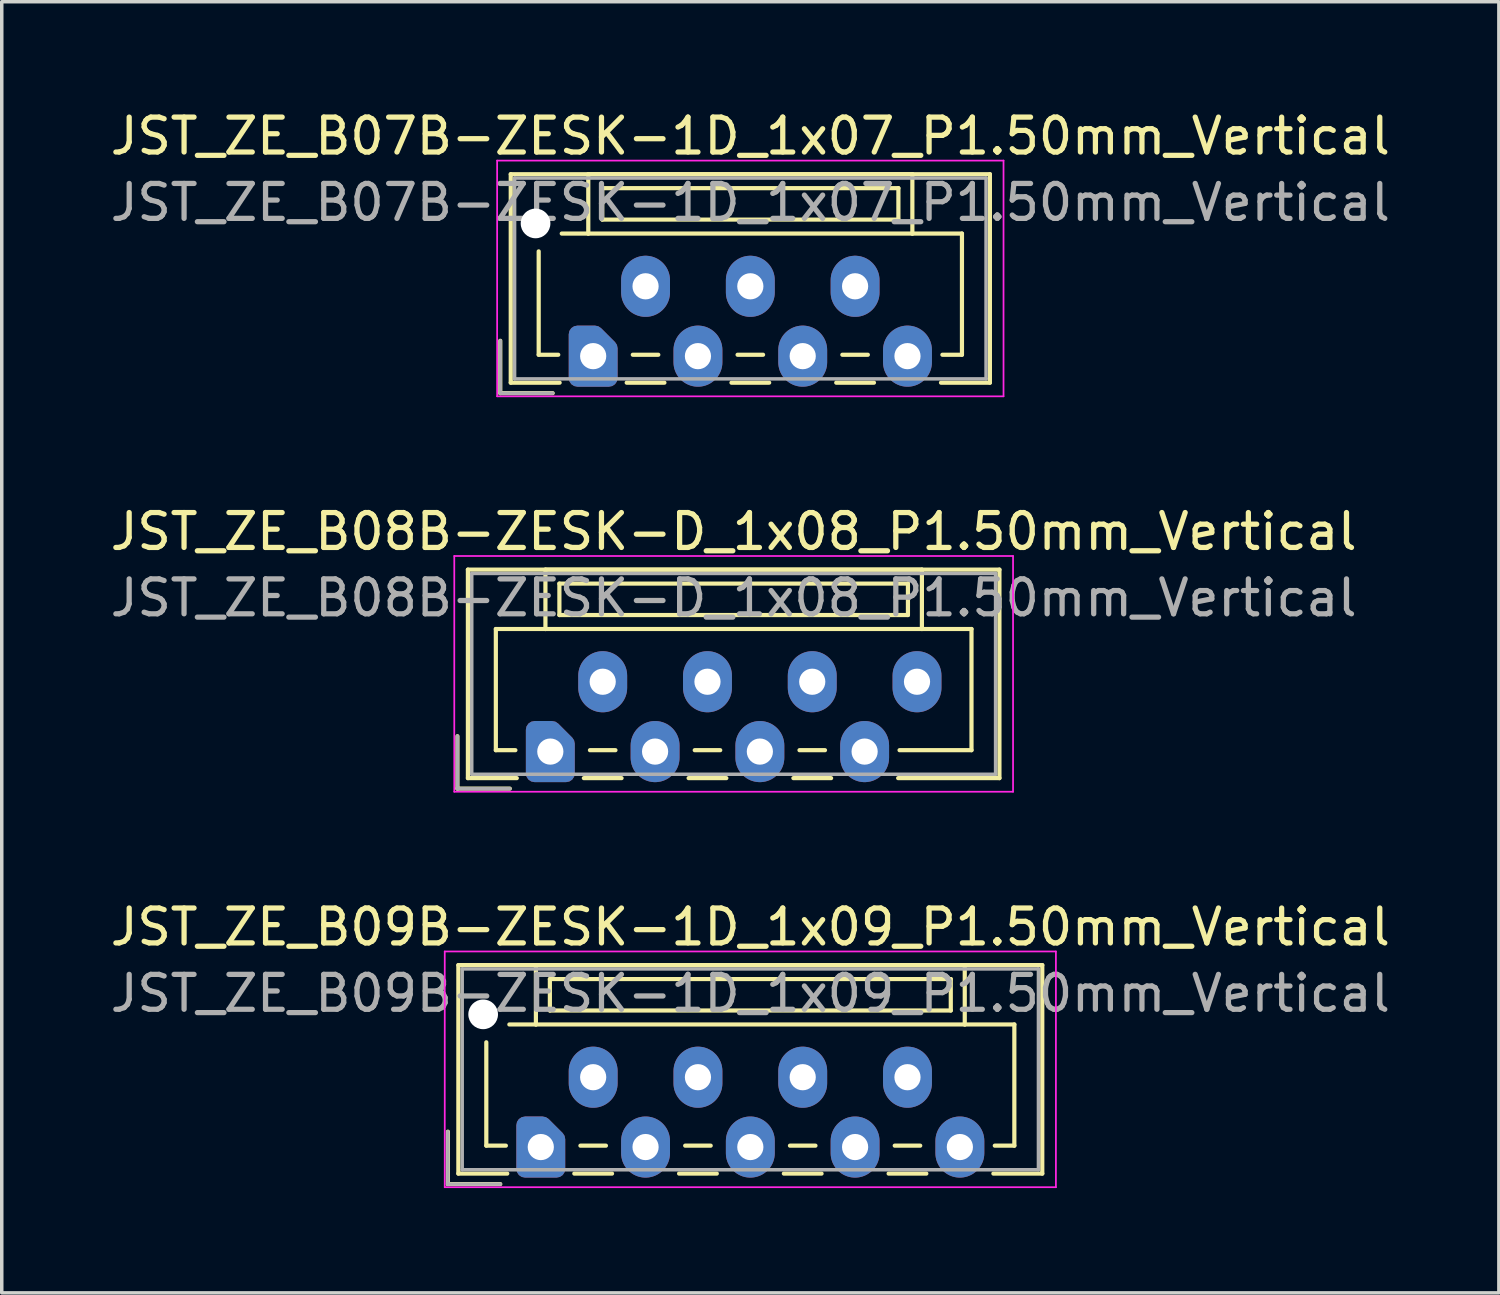
<source format=kicad_pcb>
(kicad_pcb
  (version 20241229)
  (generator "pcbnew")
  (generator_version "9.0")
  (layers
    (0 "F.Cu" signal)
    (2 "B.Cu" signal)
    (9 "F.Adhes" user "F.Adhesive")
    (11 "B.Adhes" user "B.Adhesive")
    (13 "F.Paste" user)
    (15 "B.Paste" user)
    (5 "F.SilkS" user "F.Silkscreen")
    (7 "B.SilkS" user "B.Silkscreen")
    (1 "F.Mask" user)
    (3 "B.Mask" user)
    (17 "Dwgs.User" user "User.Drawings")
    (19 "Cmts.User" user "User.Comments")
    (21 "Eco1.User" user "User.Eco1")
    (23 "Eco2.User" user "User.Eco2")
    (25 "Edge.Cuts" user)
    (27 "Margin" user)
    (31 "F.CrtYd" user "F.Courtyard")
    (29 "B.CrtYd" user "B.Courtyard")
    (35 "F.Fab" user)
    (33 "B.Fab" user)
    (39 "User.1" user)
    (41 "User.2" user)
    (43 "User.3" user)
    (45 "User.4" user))
  (footprint "JST_ZE_B07B-ZESK-1D_1x07_P1.50mm_Vertical"
    (layer "F.Cu")
    (at 13.935 7.148)
    (property "Reference" "JST_ZE_B07B-ZESK-1D_1x07_P1.50mm_Vertical" (at 4.5 -6.3 0) (layer "F.SilkS") (effects (font (size 1 1) (thickness 0.15))))
    (attr through_hole)
    (fp_line (start -2.66 -0.44) (end -2.66 1.06) (stroke (width 0.12) (type solid)) (layer "F.SilkS"))
    (fp_line (start -2.66 1.06) (end -1.16 1.06) (stroke (width 0.12) (type solid)) (layer "F.SilkS"))
    (fp_line (start -2.36 -5.21) (end 11.36 -5.21) (stroke (width 0.12) (type solid)) (layer "F.SilkS"))
    (fp_line (start -2.36 0.76) (end -2.36 -5.21) (stroke (width 0.12) (type solid)) (layer "F.SilkS"))
    (fp_line (start -1.56 -3) (end -1.56 -0.04) (stroke (width 0.12) (type solid)) (layer "F.SilkS"))
    (fp_line (start -1.56 -0.04) (end -1 -0.04) (stroke (width 0.12) (type solid)) (layer "F.SilkS"))
    (fp_line (start -0.96 0.76) (end -2.36 0.76) (stroke (width 0.12) (type solid)) (layer "F.SilkS"))
    (fp_line (start -0.14 -5.21) (end -0.14 -3.51) (stroke (width 0.12) (type solid)) (layer "F.SilkS"))
    (fp_line (start -0.14 -3.51) (end -0.9 -3.51) (stroke (width 0.12) (type solid)) (layer "F.SilkS"))
    (fp_line (start -0.14 -3.51) (end 9.14 -3.51) (stroke (width 0.12) (type solid)) (layer "F.SilkS"))
    (fp_line (start 0.26 -4.81) (end 0.26 -3.91) (stroke (width 0.12) (type solid)) (layer "F.SilkS"))
    (fp_line (start 0.26 -3.91) (end 8.74 -3.91) (stroke (width 0.12) (type solid)) (layer "F.SilkS"))
    (fp_line (start 0.96 0.76) (end 2.04 0.76) (stroke (width 0.12) (type solid)) (layer "F.SilkS"))
    (fp_line (start 1.135 -0.04) (end 1.865 -0.04) (stroke (width 0.12) (type solid)) (layer "F.SilkS"))
    (fp_line (start 3.96 0.76) (end 5.04 0.76) (stroke (width 0.12) (type solid)) (layer "F.SilkS"))
    (fp_line (start 4.135 -0.04) (end 4.865 -0.04) (stroke (width 0.12) (type solid)) (layer "F.SilkS"))
    (fp_line (start 6.96 0.76) (end 8.04 0.76) (stroke (width 0.12) (type solid)) (layer "F.SilkS"))
    (fp_line (start 7.135 -0.04) (end 7.865 -0.04) (stroke (width 0.12) (type solid)) (layer "F.SilkS"))
    (fp_line (start 8.74 -4.81) (end 0.26 -4.81) (stroke (width 0.12) (type solid)) (layer "F.SilkS"))
    (fp_line (start 8.74 -3.91) (end 8.74 -4.81) (stroke (width 0.12) (type solid)) (layer "F.SilkS"))
    (fp_line (start 9.14 -5.21) (end -0.14 -5.21) (stroke (width 0.12) (type solid)) (layer "F.SilkS"))
    (fp_line (start 9.14 -3.51) (end 9.14 -5.21) (stroke (width 0.12) (type solid)) (layer "F.SilkS"))
    (fp_line (start 9.14 -3.51) (end 10.56 -3.51) (stroke (width 0.12) (type solid)) (layer "F.SilkS"))
    (fp_line (start 10.56 -3.51) (end 10.56 -0.04) (stroke (width 0.12) (type solid)) (layer "F.SilkS"))
    (fp_line (start 10.56 -0.04) (end 10 -0.04) (stroke (width 0.12) (type solid)) (layer "F.SilkS"))
    (fp_line (start 11.36 -5.21) (end 11.36 0.76) (stroke (width 0.12) (type solid)) (layer "F.SilkS"))
    (fp_line (start 11.36 0.76) (end 9.96 0.76) (stroke (width 0.12) (type solid)) (layer "F.SilkS"))
    (fp_line (start -2.75 -5.6) (end -2.75 1.15) (stroke (width 0.05) (type solid)) (layer "F.CrtYd"))
    (fp_line (start -2.75 1.15) (end 11.75 1.15) (stroke (width 0.05) (type solid)) (layer "F.CrtYd"))
    (fp_line (start 11.75 -5.6) (end -2.75 -5.6) (stroke (width 0.05) (type solid)) (layer "F.CrtYd"))
    (fp_line (start 11.75 1.15) (end 11.75 -5.6) (stroke (width 0.05) (type solid)) (layer "F.CrtYd"))
    (fp_line (start -2.66 -0.44) (end -2.66 1.06) (stroke (width 0.1) (type solid)) (layer "F.Fab"))
    (fp_line (start -2.66 1.06) (end -1.16 1.06) (stroke (width 0.1) (type solid)) (layer "F.Fab"))
    (fp_line (start -2.25 -5.1) (end -2.25 0.65) (stroke (width 0.1) (type solid)) (layer "F.Fab"))
    (fp_line (start -2.25 0.65) (end 11.25 0.65) (stroke (width 0.1) (type solid)) (layer "F.Fab"))
    (fp_line (start 11.25 -5.1) (end -2.25 -5.1) (stroke (width 0.1) (type solid)) (layer "F.Fab"))
    (fp_line (start 11.25 0.65) (end 11.25 -5.1) (stroke (width 0.1) (type solid)) (layer "F.Fab"))
    (fp_text user "${REFERENCE}" (at 4.5 -4.4 0) (layer "F.Fab") (effects (font (size 1 1) (thickness 0.15))))
    (pad "" np_thru_hole circle (at -1.65 -3.8) (size 0.85 0.85) (drill 0.85) (layers "*.Cu" "*.Mask"))
    (pad "1" thru_hole custom (at 0 0) (size 1.117 1.117) (drill 0.75) (layers "*.Cu" "*.Mask") (options (anchor circle)) (primitives (gr_poly (pts (xy -0.45 -0.625) (xy 0.05 -0.625) (xy 0.45 -0.225) (xy 0.45 0.625) (xy -0.45 0.625)) (width 0.5) (fill yes))))
    (pad "2" thru_hole oval (at 1.5 -2) (size 1.4 1.75) (drill 0.75) (layers "*.Cu" "*.Mask"))
    (pad "3" thru_hole oval (at 3 0) (size 1.4 1.75) (drill 0.75) (layers "*.Cu" "*.Mask"))
    (pad "4" thru_hole oval (at 4.5 -2) (size 1.4 1.75) (drill 0.75) (layers "*.Cu" "*.Mask"))
    (pad "5" thru_hole oval (at 6 0) (size 1.4 1.75) (drill 0.75) (layers "*.Cu" "*.Mask"))
    (pad "6" thru_hole oval (at 7.5 -2) (size 1.4 1.75) (drill 0.75) (layers "*.Cu" "*.Mask"))
    (pad "7" thru_hole oval (at 9 0) (size 1.4 1.75) (drill 0.75) (layers "*.Cu" "*.Mask")))
  (footprint "JST_ZE_B08B-ZESK-D_1x08_P1.50mm_Vertical"
    (layer "F.Cu")
    (at 12.708 18.471)
    (property "Reference" "JST_ZE_B08B-ZESK-D_1x08_P1.50mm_Vertical" (at 5.25 -6.3 0) (layer "F.SilkS") (effects (font (size 1 1) (thickness 0.15))))
    (attr through_hole)
    (fp_line (start -2.66 -0.44) (end -2.66 1.06) (stroke (width 0.12) (type solid)) (layer "F.SilkS"))
    (fp_line (start -2.66 1.06) (end -1.16 1.06) (stroke (width 0.12) (type solid)) (layer "F.SilkS"))
    (fp_line (start -2.36 -5.21) (end 12.86 -5.21) (stroke (width 0.12) (type solid)) (layer "F.SilkS"))
    (fp_line (start -2.36 0.76) (end -2.36 -5.21) (stroke (width 0.12) (type solid)) (layer "F.SilkS"))
    (fp_line (start -1.56 -3.51) (end -1.56 -0.04) (stroke (width 0.12) (type solid)) (layer "F.SilkS"))
    (fp_line (start -1.56 -0.04) (end -1 -0.04) (stroke (width 0.12) (type solid)) (layer "F.SilkS"))
    (fp_line (start -0.96 0.76) (end -2.36 0.76) (stroke (width 0.12) (type solid)) (layer "F.SilkS"))
    (fp_line (start -0.14 -5.21) (end -0.14 -3.51) (stroke (width 0.12) (type solid)) (layer "F.SilkS"))
    (fp_line (start -0.14 -3.51) (end -1.56 -3.51) (stroke (width 0.12) (type solid)) (layer "F.SilkS"))
    (fp_line (start -0.14 -3.51) (end 10.64 -3.51) (stroke (width 0.12) (type solid)) (layer "F.SilkS"))
    (fp_line (start 0.26 -4.81) (end 0.26 -3.91) (stroke (width 0.12) (type solid)) (layer "F.SilkS"))
    (fp_line (start 0.26 -3.91) (end 10.24 -3.91) (stroke (width 0.12) (type solid)) (layer "F.SilkS"))
    (fp_line (start 0.96 0.76) (end 2.04 0.76) (stroke (width 0.12) (type solid)) (layer "F.SilkS"))
    (fp_line (start 1.135 -0.04) (end 1.865 -0.04) (stroke (width 0.12) (type solid)) (layer "F.SilkS"))
    (fp_line (start 3.96 0.76) (end 5.04 0.76) (stroke (width 0.12) (type solid)) (layer "F.SilkS"))
    (fp_line (start 4.135 -0.04) (end 4.865 -0.04) (stroke (width 0.12) (type solid)) (layer "F.SilkS"))
    (fp_line (start 6.96 0.76) (end 8.04 0.76) (stroke (width 0.12) (type solid)) (layer "F.SilkS"))
    (fp_line (start 7.135 -0.04) (end 7.865 -0.04) (stroke (width 0.12) (type solid)) (layer "F.SilkS"))
    (fp_line (start 10.24 -4.81) (end 0.26 -4.81) (stroke (width 0.12) (type solid)) (layer "F.SilkS"))
    (fp_line (start 10.24 -3.91) (end 10.24 -4.81) (stroke (width 0.12) (type solid)) (layer "F.SilkS"))
    (fp_line (start 10.64 -5.21) (end -0.14 -5.21) (stroke (width 0.12) (type solid)) (layer "F.SilkS"))
    (fp_line (start 10.64 -3.51) (end 10.64 -5.21) (stroke (width 0.12) (type solid)) (layer "F.SilkS"))
    (fp_line (start 10.64 -3.51) (end 12.06 -3.51) (stroke (width 0.12) (type solid)) (layer "F.SilkS"))
    (fp_line (start 12.06 -3.51) (end 12.06 -0.04) (stroke (width 0.12) (type solid)) (layer "F.SilkS"))
    (fp_line (start 12.06 -0.04) (end 10 -0.04) (stroke (width 0.12) (type solid)) (layer "F.SilkS"))
    (fp_line (start 12.86 -5.21) (end 12.86 0.76) (stroke (width 0.12) (type solid)) (layer "F.SilkS"))
    (fp_line (start 12.86 0.76) (end 9.96 0.76) (stroke (width 0.12) (type solid)) (layer "F.SilkS"))
    (fp_line (start -2.75 -5.6) (end -2.75 1.15) (stroke (width 0.05) (type solid)) (layer "F.CrtYd"))
    (fp_line (start -2.75 1.15) (end 13.25 1.15) (stroke (width 0.05) (type solid)) (layer "F.CrtYd"))
    (fp_line (start 13.25 -5.6) (end -2.75 -5.6) (stroke (width 0.05) (type solid)) (layer "F.CrtYd"))
    (fp_line (start 13.25 1.15) (end 13.25 -5.6) (stroke (width 0.05) (type solid)) (layer "F.CrtYd"))
    (fp_line (start -2.66 -0.44) (end -2.66 1.06) (stroke (width 0.1) (type solid)) (layer "F.Fab"))
    (fp_line (start -2.66 1.06) (end -1.16 1.06) (stroke (width 0.1) (type solid)) (layer "F.Fab"))
    (fp_line (start -2.25 -5.1) (end -2.25 0.65) (stroke (width 0.1) (type solid)) (layer "F.Fab"))
    (fp_line (start -2.25 0.65) (end 12.75 0.65) (stroke (width 0.1) (type solid)) (layer "F.Fab"))
    (fp_line (start 12.75 -5.1) (end -2.25 -5.1) (stroke (width 0.1) (type solid)) (layer "F.Fab"))
    (fp_line (start 12.75 0.65) (end 12.75 -5.1) (stroke (width 0.1) (type solid)) (layer "F.Fab"))
    (fp_text user "${REFERENCE}" (at 5.25 -4.4 0) (layer "F.Fab") (effects (font (size 1 1) (thickness 0.15))))
    (pad "1" thru_hole custom (at 0 0) (size 1.117 1.117) (drill 0.75) (layers "*.Cu" "*.Mask") (options (anchor circle)) (primitives (gr_poly (pts (xy -0.45 -0.625) (xy 0.05 -0.625) (xy 0.45 -0.225) (xy 0.45 0.625) (xy -0.45 0.625)) (width 0.5) (fill yes))))
    (pad "2" thru_hole oval (at 1.5 -2) (size 1.4 1.75) (drill 0.75) (layers "*.Cu" "*.Mask"))
    (pad "3" thru_hole oval (at 3 0) (size 1.4 1.75) (drill 0.75) (layers "*.Cu" "*.Mask"))
    (pad "4" thru_hole oval (at 4.5 -2) (size 1.4 1.75) (drill 0.75) (layers "*.Cu" "*.Mask"))
    (pad "5" thru_hole oval (at 6 0) (size 1.4 1.75) (drill 0.75) (layers "*.Cu" "*.Mask"))
    (pad "6" thru_hole oval (at 7.5 -2) (size 1.4 1.75) (drill 0.75) (layers "*.Cu" "*.Mask"))
    (pad "7" thru_hole oval (at 9 0) (size 1.4 1.75) (drill 0.75) (layers "*.Cu" "*.Mask"))
    (pad "8" thru_hole oval (at 10.5 -2) (size 1.4 1.75) (drill 0.75) (layers "*.Cu" "*.Mask")))
  (footprint "JST_ZE_B09B-ZESK-1D_1x09_P1.50mm_Vertical"
    (layer "F.Cu")
    (at 12.435 29.795)
    (property "Reference" "JST_ZE_B09B-ZESK-1D_1x09_P1.50mm_Vertical" (at 6 -6.3 0) (layer "F.SilkS") (effects (font (size 1 1) (thickness 0.15))))
    (attr through_hole)
    (fp_line (start -2.66 -0.44) (end -2.66 1.06) (stroke (width 0.12) (type solid)) (layer "F.SilkS"))
    (fp_line (start -2.66 1.06) (end -1.16 1.06) (stroke (width 0.12) (type solid)) (layer "F.SilkS"))
    (fp_line (start -2.36 -5.21) (end 14.36 -5.21) (stroke (width 0.12) (type solid)) (layer "F.SilkS"))
    (fp_line (start -2.36 0.76) (end -2.36 -5.21) (stroke (width 0.12) (type solid)) (layer "F.SilkS"))
    (fp_line (start -1.56 -3) (end -1.56 -0.04) (stroke (width 0.12) (type solid)) (layer "F.SilkS"))
    (fp_line (start -1.56 -0.04) (end -1 -0.04) (stroke (width 0.12) (type solid)) (layer "F.SilkS"))
    (fp_line (start -0.96 0.76) (end -2.36 0.76) (stroke (width 0.12) (type solid)) (layer "F.SilkS"))
    (fp_line (start -0.14 -5.21) (end -0.14 -3.51) (stroke (width 0.12) (type solid)) (layer "F.SilkS"))
    (fp_line (start -0.14 -3.51) (end -0.9 -3.51) (stroke (width 0.12) (type solid)) (layer "F.SilkS"))
    (fp_line (start -0.14 -3.51) (end 12.14 -3.51) (stroke (width 0.12) (type solid)) (layer "F.SilkS"))
    (fp_line (start 0.26 -4.81) (end 0.26 -3.91) (stroke (width 0.12) (type solid)) (layer "F.SilkS"))
    (fp_line (start 0.26 -3.91) (end 11.74 -3.91) (stroke (width 0.12) (type solid)) (layer "F.SilkS"))
    (fp_line (start 0.96 0.76) (end 2.04 0.76) (stroke (width 0.12) (type solid)) (layer "F.SilkS"))
    (fp_line (start 1.135 -0.04) (end 1.865 -0.04) (stroke (width 0.12) (type solid)) (layer "F.SilkS"))
    (fp_line (start 3.96 0.76) (end 5.04 0.76) (stroke (width 0.12) (type solid)) (layer "F.SilkS"))
    (fp_line (start 4.135 -0.04) (end 4.865 -0.04) (stroke (width 0.12) (type solid)) (layer "F.SilkS"))
    (fp_line (start 6.96 0.76) (end 8.04 0.76) (stroke (width 0.12) (type solid)) (layer "F.SilkS"))
    (fp_line (start 7.135 -0.04) (end 7.865 -0.04) (stroke (width 0.12) (type solid)) (layer "F.SilkS"))
    (fp_line (start 9.96 0.76) (end 11.04 0.76) (stroke (width 0.12) (type solid)) (layer "F.SilkS"))
    (fp_line (start 10.135 -0.04) (end 10.865 -0.04) (stroke (width 0.12) (type solid)) (layer "F.SilkS"))
    (fp_line (start 11.74 -4.81) (end 0.26 -4.81) (stroke (width 0.12) (type solid)) (layer "F.SilkS"))
    (fp_line (start 11.74 -3.91) (end 11.74 -4.81) (stroke (width 0.12) (type solid)) (layer "F.SilkS"))
    (fp_line (start 12.14 -5.21) (end -0.14 -5.21) (stroke (width 0.12) (type solid)) (layer "F.SilkS"))
    (fp_line (start 12.14 -3.51) (end 12.14 -5.21) (stroke (width 0.12) (type solid)) (layer "F.SilkS"))
    (fp_line (start 12.14 -3.51) (end 13.56 -3.51) (stroke (width 0.12) (type solid)) (layer "F.SilkS"))
    (fp_line (start 13.56 -3.51) (end 13.56 -0.04) (stroke (width 0.12) (type solid)) (layer "F.SilkS"))
    (fp_line (start 13.56 -0.04) (end 13 -0.04) (stroke (width 0.12) (type solid)) (layer "F.SilkS"))
    (fp_line (start 14.36 -5.21) (end 14.36 0.76) (stroke (width 0.12) (type solid)) (layer "F.SilkS"))
    (fp_line (start 14.36 0.76) (end 12.96 0.76) (stroke (width 0.12) (type solid)) (layer "F.SilkS"))
    (fp_line (start -2.75 -5.6) (end -2.75 1.15) (stroke (width 0.05) (type solid)) (layer "F.CrtYd"))
    (fp_line (start -2.75 1.15) (end 14.75 1.15) (stroke (width 0.05) (type solid)) (layer "F.CrtYd"))
    (fp_line (start 14.75 -5.6) (end -2.75 -5.6) (stroke (width 0.05) (type solid)) (layer "F.CrtYd"))
    (fp_line (start 14.75 1.15) (end 14.75 -5.6) (stroke (width 0.05) (type solid)) (layer "F.CrtYd"))
    (fp_line (start -2.66 -0.44) (end -2.66 1.06) (stroke (width 0.1) (type solid)) (layer "F.Fab"))
    (fp_line (start -2.66 1.06) (end -1.16 1.06) (stroke (width 0.1) (type solid)) (layer "F.Fab"))
    (fp_line (start -2.25 -5.1) (end -2.25 0.65) (stroke (width 0.1) (type solid)) (layer "F.Fab"))
    (fp_line (start -2.25 0.65) (end 14.25 0.65) (stroke (width 0.1) (type solid)) (layer "F.Fab"))
    (fp_line (start 14.25 -5.1) (end -2.25 -5.1) (stroke (width 0.1) (type solid)) (layer "F.Fab"))
    (fp_line (start 14.25 0.65) (end 14.25 -5.1) (stroke (width 0.1) (type solid)) (layer "F.Fab"))
    (fp_text user "${REFERENCE}" (at 6 -4.4 0) (layer "F.Fab") (effects (font (size 1 1) (thickness 0.15))))
    (pad "" np_thru_hole circle (at -1.65 -3.8) (size 0.85 0.85) (drill 0.85) (layers "*.Cu" "*.Mask"))
    (pad "1" thru_hole custom (at 0 0) (size 1.117 1.117) (drill 0.75) (layers "*.Cu" "*.Mask") (options (anchor circle)) (primitives (gr_poly (pts (xy -0.45 -0.625) (xy 0.05 -0.625) (xy 0.45 -0.225) (xy 0.45 0.625) (xy -0.45 0.625)) (width 0.5) (fill yes))))
    (pad "2" thru_hole oval (at 1.5 -2) (size 1.4 1.75) (drill 0.75) (layers "*.Cu" "*.Mask"))
    (pad "3" thru_hole oval (at 3 0) (size 1.4 1.75) (drill 0.75) (layers "*.Cu" "*.Mask"))
    (pad "4" thru_hole oval (at 4.5 -2) (size 1.4 1.75) (drill 0.75) (layers "*.Cu" "*.Mask"))
    (pad "5" thru_hole oval (at 6 0) (size 1.4 1.75) (drill 0.75) (layers "*.Cu" "*.Mask"))
    (pad "6" thru_hole oval (at 7.5 -2) (size 1.4 1.75) (drill 0.75) (layers "*.Cu" "*.Mask"))
    (pad "7" thru_hole oval (at 9 0) (size 1.4 1.75) (drill 0.75) (layers "*.Cu" "*.Mask"))
    (pad "8" thru_hole oval (at 10.5 -2) (size 1.4 1.75) (drill 0.75) (layers "*.Cu" "*.Mask"))
    (pad "9" thru_hole oval (at 12 0) (size 1.4 1.75) (drill 0.75) (layers "*.Cu" "*.Mask")))
  (gr_rect
    (start -3 -3)
    (end 39.869 33.97)
    (stroke (width 0.1) (type default))
    (fill no)
    (layer "Edge.Cuts")))
</source>
